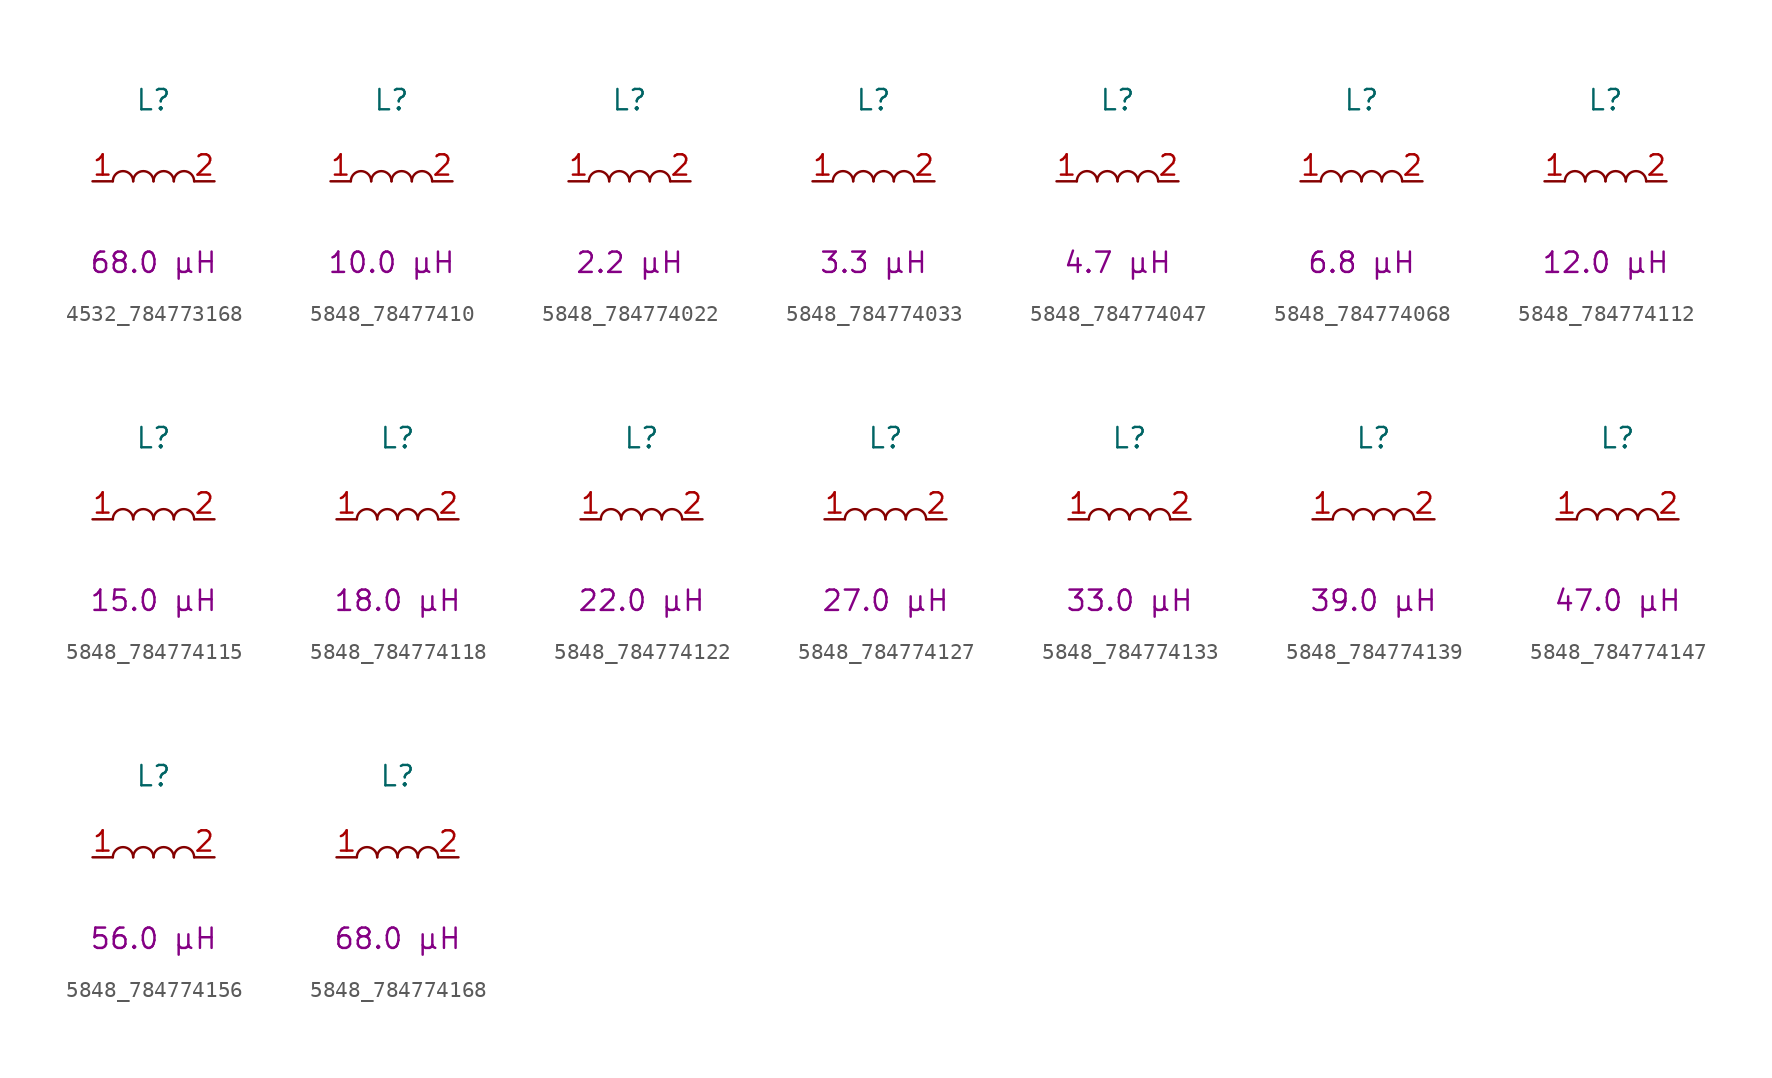
<source format=kicad_sym>
(kicad_symbol_lib
  (version 20220914)
  (generator kicad_symbol_editor)
  (symbol "4532_784773168"
    (pin_names hide)
    (property "Reference" "L"
      (at 0 5.08 0)
      (effects (font (size 1.27 1.27))))
    (property "Critical Parameter" "68.0 µH"
      (at 0 -5.08 0)
      (effects (font (size 1.27 1.27))))
    (symbol "4532_784773168_0_1"
      (arc (start -1.27 0) (mid -1.905 0.6323) (end -2.54 0) (stroke (width 0) (type default)) (fill (type none)))
      (arc (start 0 0) (mid -0.635 0.6323) (end -1.27 0) (stroke (width 0) (type default)) (fill (type none)))
      (arc (start 1.27 0) (mid 0.635 0.6323) (end 0 0) (stroke (width 0) (type default)) (fill (type none)))
      (arc (start 2.54 0) (mid 1.905 0.6323) (end 1.27 0) (stroke (width 0) (type default)) (fill (type none))))
    (symbol "4532_784773168_1_1"
      (pin passive line (at -3.81 0 0) (length 1.27) (name "1" (effects (font (size 1.27 1.27)))) (number "1" (effects (font (size 1.27 1.27)))))
      (pin passive line (at 3.81 0 180) (length 1.27) (name "2" (effects (font (size 1.27 1.27)))) (number "2" (effects (font (size 1.27 1.27)))))))
  (symbol "5848_78477410"
    (pin_names hide)
    (property "Reference" "L"
      (at 0 5.08 0)
      (effects (font (size 1.27 1.27))))
    (property "Critical Parameter" "10.0 µH"
      (at 0 -5.08 0)
      (effects (font (size 1.27 1.27))))
    (symbol "5848_78477410_0_1"
      (arc (start -1.27 0) (mid -1.905 0.6323) (end -2.54 0) (stroke (width 0) (type default)) (fill (type none)))
      (arc (start 0 0) (mid -0.635 0.6323) (end -1.27 0) (stroke (width 0) (type default)) (fill (type none)))
      (arc (start 1.27 0) (mid 0.635 0.6323) (end 0 0) (stroke (width 0) (type default)) (fill (type none)))
      (arc (start 2.54 0) (mid 1.905 0.6323) (end 1.27 0) (stroke (width 0) (type default)) (fill (type none))))
    (symbol "5848_78477410_1_1"
      (pin passive line (at -3.81 0 0) (length 1.27) (name "1" (effects (font (size 1.27 1.27)))) (number "1" (effects (font (size 1.27 1.27)))))
      (pin passive line (at 3.81 0 180) (length 1.27) (name "2" (effects (font (size 1.27 1.27)))) (number "2" (effects (font (size 1.27 1.27)))))))
  (symbol "5848_784774022"
    (pin_names hide)
    (property "Reference" "L"
      (at 0 5.08 0)
      (effects (font (size 1.27 1.27))))
    (property "Critical Parameter" "2.2 µH"
      (at 0 -5.08 0)
      (effects (font (size 1.27 1.27))))
    (symbol "5848_784774022_0_1"
      (arc (start -1.27 0) (mid -1.905 0.6323) (end -2.54 0) (stroke (width 0) (type default)) (fill (type none)))
      (arc (start 0 0) (mid -0.635 0.6323) (end -1.27 0) (stroke (width 0) (type default)) (fill (type none)))
      (arc (start 1.27 0) (mid 0.635 0.6323) (end 0 0) (stroke (width 0) (type default)) (fill (type none)))
      (arc (start 2.54 0) (mid 1.905 0.6323) (end 1.27 0) (stroke (width 0) (type default)) (fill (type none))))
    (symbol "5848_784774022_1_1"
      (pin passive line (at -3.81 0 0) (length 1.27) (name "1" (effects (font (size 1.27 1.27)))) (number "1" (effects (font (size 1.27 1.27)))))
      (pin passive line (at 3.81 0 180) (length 1.27) (name "2" (effects (font (size 1.27 1.27)))) (number "2" (effects (font (size 1.27 1.27)))))))
  (symbol "5848_784774033"
    (pin_names hide)
    (property "Reference" "L"
      (at 0 5.08 0)
      (effects (font (size 1.27 1.27))))
    (property "Critical Parameter" "3.3 µH"
      (at 0 -5.08 0)
      (effects (font (size 1.27 1.27))))
    (symbol "5848_784774033_0_1"
      (arc (start -1.27 0) (mid -1.905 0.6323) (end -2.54 0) (stroke (width 0) (type default)) (fill (type none)))
      (arc (start 0 0) (mid -0.635 0.6323) (end -1.27 0) (stroke (width 0) (type default)) (fill (type none)))
      (arc (start 1.27 0) (mid 0.635 0.6323) (end 0 0) (stroke (width 0) (type default)) (fill (type none)))
      (arc (start 2.54 0) (mid 1.905 0.6323) (end 1.27 0) (stroke (width 0) (type default)) (fill (type none))))
    (symbol "5848_784774033_1_1"
      (pin passive line (at -3.81 0 0) (length 1.27) (name "1" (effects (font (size 1.27 1.27)))) (number "1" (effects (font (size 1.27 1.27)))))
      (pin passive line (at 3.81 0 180) (length 1.27) (name "2" (effects (font (size 1.27 1.27)))) (number "2" (effects (font (size 1.27 1.27)))))))
  (symbol "5848_784774047"
    (pin_names hide)
    (property "Reference" "L"
      (at 0 5.08 0)
      (effects (font (size 1.27 1.27))))
    (property "Critical Parameter" "4.7 µH"
      (at 0 -5.08 0)
      (effects (font (size 1.27 1.27))))
    (symbol "5848_784774047_0_1"
      (arc (start -1.27 0) (mid -1.905 0.6323) (end -2.54 0) (stroke (width 0) (type default)) (fill (type none)))
      (arc (start 0 0) (mid -0.635 0.6323) (end -1.27 0) (stroke (width 0) (type default)) (fill (type none)))
      (arc (start 1.27 0) (mid 0.635 0.6323) (end 0 0) (stroke (width 0) (type default)) (fill (type none)))
      (arc (start 2.54 0) (mid 1.905 0.6323) (end 1.27 0) (stroke (width 0) (type default)) (fill (type none))))
    (symbol "5848_784774047_1_1"
      (pin passive line (at -3.81 0 0) (length 1.27) (name "1" (effects (font (size 1.27 1.27)))) (number "1" (effects (font (size 1.27 1.27)))))
      (pin passive line (at 3.81 0 180) (length 1.27) (name "2" (effects (font (size 1.27 1.27)))) (number "2" (effects (font (size 1.27 1.27)))))))
  (symbol "5848_784774068"
    (pin_names hide)
    (property "Reference" "L"
      (at 0 5.08 0)
      (effects (font (size 1.27 1.27))))
    (property "Critical Parameter" "6.8 µH"
      (at 0 -5.08 0)
      (effects (font (size 1.27 1.27))))
    (symbol "5848_784774068_0_1"
      (arc (start -1.27 0) (mid -1.905 0.6323) (end -2.54 0) (stroke (width 0) (type default)) (fill (type none)))
      (arc (start 0 0) (mid -0.635 0.6323) (end -1.27 0) (stroke (width 0) (type default)) (fill (type none)))
      (arc (start 1.27 0) (mid 0.635 0.6323) (end 0 0) (stroke (width 0) (type default)) (fill (type none)))
      (arc (start 2.54 0) (mid 1.905 0.6323) (end 1.27 0) (stroke (width 0) (type default)) (fill (type none))))
    (symbol "5848_784774068_1_1"
      (pin passive line (at -3.81 0 0) (length 1.27) (name "1" (effects (font (size 1.27 1.27)))) (number "1" (effects (font (size 1.27 1.27)))))
      (pin passive line (at 3.81 0 180) (length 1.27) (name "2" (effects (font (size 1.27 1.27)))) (number "2" (effects (font (size 1.27 1.27)))))))
  (symbol "5848_784774112"
    (pin_names hide)
    (property "Reference" "L"
      (at 0 5.08 0)
      (effects (font (size 1.27 1.27))))
    (property "Critical Parameter" "12.0 µH"
      (at 0 -5.08 0)
      (effects (font (size 1.27 1.27))))
    (symbol "5848_784774112_0_1"
      (arc (start -1.27 0) (mid -1.905 0.6323) (end -2.54 0) (stroke (width 0) (type default)) (fill (type none)))
      (arc (start 0 0) (mid -0.635 0.6323) (end -1.27 0) (stroke (width 0) (type default)) (fill (type none)))
      (arc (start 1.27 0) (mid 0.635 0.6323) (end 0 0) (stroke (width 0) (type default)) (fill (type none)))
      (arc (start 2.54 0) (mid 1.905 0.6323) (end 1.27 0) (stroke (width 0) (type default)) (fill (type none))))
    (symbol "5848_784774112_1_1"
      (pin passive line (at -3.81 0 0) (length 1.27) (name "1" (effects (font (size 1.27 1.27)))) (number "1" (effects (font (size 1.27 1.27)))))
      (pin passive line (at 3.81 0 180) (length 1.27) (name "2" (effects (font (size 1.27 1.27)))) (number "2" (effects (font (size 1.27 1.27)))))))
  (symbol "5848_784774115"
    (pin_names hide)
    (property "Reference" "L"
      (at 0 5.08 0)
      (effects (font (size 1.27 1.27))))
    (property "Critical Parameter" "15.0 µH"
      (at 0 -5.08 0)
      (effects (font (size 1.27 1.27))))
    (symbol "5848_784774115_0_1"
      (arc (start -1.27 0) (mid -1.905 0.6323) (end -2.54 0) (stroke (width 0) (type default)) (fill (type none)))
      (arc (start 0 0) (mid -0.635 0.6323) (end -1.27 0) (stroke (width 0) (type default)) (fill (type none)))
      (arc (start 1.27 0) (mid 0.635 0.6323) (end 0 0) (stroke (width 0) (type default)) (fill (type none)))
      (arc (start 2.54 0) (mid 1.905 0.6323) (end 1.27 0) (stroke (width 0) (type default)) (fill (type none))))
    (symbol "5848_784774115_1_1"
      (pin passive line (at -3.81 0 0) (length 1.27) (name "1" (effects (font (size 1.27 1.27)))) (number "1" (effects (font (size 1.27 1.27)))))
      (pin passive line (at 3.81 0 180) (length 1.27) (name "2" (effects (font (size 1.27 1.27)))) (number "2" (effects (font (size 1.27 1.27)))))))
  (symbol "5848_784774118"
    (pin_names hide)
    (property "Reference" "L"
      (at 0 5.08 0)
      (effects (font (size 1.27 1.27))))
    (property "Critical Parameter" "18.0 µH"
      (at 0 -5.08 0)
      (effects (font (size 1.27 1.27))))
    (symbol "5848_784774118_0_1"
      (arc (start -1.27 0) (mid -1.905 0.6323) (end -2.54 0) (stroke (width 0) (type default)) (fill (type none)))
      (arc (start 0 0) (mid -0.635 0.6323) (end -1.27 0) (stroke (width 0) (type default)) (fill (type none)))
      (arc (start 1.27 0) (mid 0.635 0.6323) (end 0 0) (stroke (width 0) (type default)) (fill (type none)))
      (arc (start 2.54 0) (mid 1.905 0.6323) (end 1.27 0) (stroke (width 0) (type default)) (fill (type none))))
    (symbol "5848_784774118_1_1"
      (pin passive line (at -3.81 0 0) (length 1.27) (name "1" (effects (font (size 1.27 1.27)))) (number "1" (effects (font (size 1.27 1.27)))))
      (pin passive line (at 3.81 0 180) (length 1.27) (name "2" (effects (font (size 1.27 1.27)))) (number "2" (effects (font (size 1.27 1.27)))))))
  (symbol "5848_784774122"
    (pin_names hide)
    (property "Reference" "L"
      (at 0 5.08 0)
      (effects (font (size 1.27 1.27))))
    (property "Critical Parameter" "22.0 µH"
      (at 0 -5.08 0)
      (effects (font (size 1.27 1.27))))
    (symbol "5848_784774122_0_1"
      (arc (start -1.27 0) (mid -1.905 0.6323) (end -2.54 0) (stroke (width 0) (type default)) (fill (type none)))
      (arc (start 0 0) (mid -0.635 0.6323) (end -1.27 0) (stroke (width 0) (type default)) (fill (type none)))
      (arc (start 1.27 0) (mid 0.635 0.6323) (end 0 0) (stroke (width 0) (type default)) (fill (type none)))
      (arc (start 2.54 0) (mid 1.905 0.6323) (end 1.27 0) (stroke (width 0) (type default)) (fill (type none))))
    (symbol "5848_784774122_1_1"
      (pin passive line (at -3.81 0 0) (length 1.27) (name "1" (effects (font (size 1.27 1.27)))) (number "1" (effects (font (size 1.27 1.27)))))
      (pin passive line (at 3.81 0 180) (length 1.27) (name "2" (effects (font (size 1.27 1.27)))) (number "2" (effects (font (size 1.27 1.27)))))))
  (symbol "5848_784774127"
    (pin_names hide)
    (property "Reference" "L"
      (at 0 5.08 0)
      (effects (font (size 1.27 1.27))))
    (property "Critical Parameter" "27.0 µH"
      (at 0 -5.08 0)
      (effects (font (size 1.27 1.27))))
    (symbol "5848_784774127_0_1"
      (arc (start -1.27 0) (mid -1.905 0.6323) (end -2.54 0) (stroke (width 0) (type default)) (fill (type none)))
      (arc (start 0 0) (mid -0.635 0.6323) (end -1.27 0) (stroke (width 0) (type default)) (fill (type none)))
      (arc (start 1.27 0) (mid 0.635 0.6323) (end 0 0) (stroke (width 0) (type default)) (fill (type none)))
      (arc (start 2.54 0) (mid 1.905 0.6323) (end 1.27 0) (stroke (width 0) (type default)) (fill (type none))))
    (symbol "5848_784774127_1_1"
      (pin passive line (at -3.81 0 0) (length 1.27) (name "1" (effects (font (size 1.27 1.27)))) (number "1" (effects (font (size 1.27 1.27)))))
      (pin passive line (at 3.81 0 180) (length 1.27) (name "2" (effects (font (size 1.27 1.27)))) (number "2" (effects (font (size 1.27 1.27)))))))
  (symbol "5848_784774133"
    (pin_names hide)
    (property "Reference" "L"
      (at 0 5.08 0)
      (effects (font (size 1.27 1.27))))
    (property "Critical Parameter" "33.0 µH"
      (at 0 -5.08 0)
      (effects (font (size 1.27 1.27))))
    (symbol "5848_784774133_0_1"
      (arc (start -1.27 0) (mid -1.905 0.6323) (end -2.54 0) (stroke (width 0) (type default)) (fill (type none)))
      (arc (start 0 0) (mid -0.635 0.6323) (end -1.27 0) (stroke (width 0) (type default)) (fill (type none)))
      (arc (start 1.27 0) (mid 0.635 0.6323) (end 0 0) (stroke (width 0) (type default)) (fill (type none)))
      (arc (start 2.54 0) (mid 1.905 0.6323) (end 1.27 0) (stroke (width 0) (type default)) (fill (type none))))
    (symbol "5848_784774133_1_1"
      (pin passive line (at -3.81 0 0) (length 1.27) (name "1" (effects (font (size 1.27 1.27)))) (number "1" (effects (font (size 1.27 1.27)))))
      (pin passive line (at 3.81 0 180) (length 1.27) (name "2" (effects (font (size 1.27 1.27)))) (number "2" (effects (font (size 1.27 1.27)))))))
  (symbol "5848_784774139"
    (pin_names hide)
    (property "Reference" "L"
      (at 0 5.08 0)
      (effects (font (size 1.27 1.27))))
    (property "Critical Parameter" "39.0 µH"
      (at 0 -5.08 0)
      (effects (font (size 1.27 1.27))))
    (symbol "5848_784774139_0_1"
      (arc (start -1.27 0) (mid -1.905 0.6323) (end -2.54 0) (stroke (width 0) (type default)) (fill (type none)))
      (arc (start 0 0) (mid -0.635 0.6323) (end -1.27 0) (stroke (width 0) (type default)) (fill (type none)))
      (arc (start 1.27 0) (mid 0.635 0.6323) (end 0 0) (stroke (width 0) (type default)) (fill (type none)))
      (arc (start 2.54 0) (mid 1.905 0.6323) (end 1.27 0) (stroke (width 0) (type default)) (fill (type none))))
    (symbol "5848_784774139_1_1"
      (pin passive line (at -3.81 0 0) (length 1.27) (name "1" (effects (font (size 1.27 1.27)))) (number "1" (effects (font (size 1.27 1.27)))))
      (pin passive line (at 3.81 0 180) (length 1.27) (name "2" (effects (font (size 1.27 1.27)))) (number "2" (effects (font (size 1.27 1.27)))))))
  (symbol "5848_784774147"
    (pin_names hide)
    (property "Reference" "L"
      (at 0 5.08 0)
      (effects (font (size 1.27 1.27))))
    (property "Critical Parameter" "47.0 µH"
      (at 0 -5.08 0)
      (effects (font (size 1.27 1.27))))
    (symbol "5848_784774147_0_1"
      (arc (start -1.27 0) (mid -1.905 0.6323) (end -2.54 0) (stroke (width 0) (type default)) (fill (type none)))
      (arc (start 0 0) (mid -0.635 0.6323) (end -1.27 0) (stroke (width 0) (type default)) (fill (type none)))
      (arc (start 1.27 0) (mid 0.635 0.6323) (end 0 0) (stroke (width 0) (type default)) (fill (type none)))
      (arc (start 2.54 0) (mid 1.905 0.6323) (end 1.27 0) (stroke (width 0) (type default)) (fill (type none))))
    (symbol "5848_784774147_1_1"
      (pin passive line (at -3.81 0 0) (length 1.27) (name "1" (effects (font (size 1.27 1.27)))) (number "1" (effects (font (size 1.27 1.27)))))
      (pin passive line (at 3.81 0 180) (length 1.27) (name "2" (effects (font (size 1.27 1.27)))) (number "2" (effects (font (size 1.27 1.27)))))))
  (symbol "5848_784774156"
    (pin_names hide)
    (property "Reference" "L"
      (at 0 5.08 0)
      (effects (font (size 1.27 1.27))))
    (property "Critical Parameter" "56.0 µH"
      (at 0 -5.08 0)
      (effects (font (size 1.27 1.27))))
    (symbol "5848_784774156_0_1"
      (arc (start -1.27 0) (mid -1.905 0.6323) (end -2.54 0) (stroke (width 0) (type default)) (fill (type none)))
      (arc (start 0 0) (mid -0.635 0.6323) (end -1.27 0) (stroke (width 0) (type default)) (fill (type none)))
      (arc (start 1.27 0) (mid 0.635 0.6323) (end 0 0) (stroke (width 0) (type default)) (fill (type none)))
      (arc (start 2.54 0) (mid 1.905 0.6323) (end 1.27 0) (stroke (width 0) (type default)) (fill (type none))))
    (symbol "5848_784774156_1_1"
      (pin passive line (at -3.81 0 0) (length 1.27) (name "1" (effects (font (size 1.27 1.27)))) (number "1" (effects (font (size 1.27 1.27)))))
      (pin passive line (at 3.81 0 180) (length 1.27) (name "2" (effects (font (size 1.27 1.27)))) (number "2" (effects (font (size 1.27 1.27)))))))
  (symbol "5848_784774168"
    (pin_names hide)
    (property "Reference" "L"
      (at 0 5.08 0)
      (effects (font (size 1.27 1.27))))
    (property "Critical Parameter" "68.0 µH"
      (at 0 -5.08 0)
      (effects (font (size 1.27 1.27))))
    (symbol "5848_784774168_0_1"
      (arc (start -1.27 0) (mid -1.905 0.6323) (end -2.54 0) (stroke (width 0) (type default)) (fill (type none)))
      (arc (start 0 0) (mid -0.635 0.6323) (end -1.27 0) (stroke (width 0) (type default)) (fill (type none)))
      (arc (start 1.27 0) (mid 0.635 0.6323) (end 0 0) (stroke (width 0) (type default)) (fill (type none)))
      (arc (start 2.54 0) (mid 1.905 0.6323) (end 1.27 0) (stroke (width 0) (type default)) (fill (type none))))
    (symbol "5848_784774168_1_1"
      (pin passive line (at -3.81 0 0) (length 1.27) (name "1" (effects (font (size 1.27 1.27)))) (number "1" (effects (font (size 1.27 1.27)))))
      (pin passive line (at 3.81 0 180) (length 1.27) (name "2" (effects (font (size 1.27 1.27)))) (number "2" (effects (font (size 1.27 1.27))))))))
</source>
